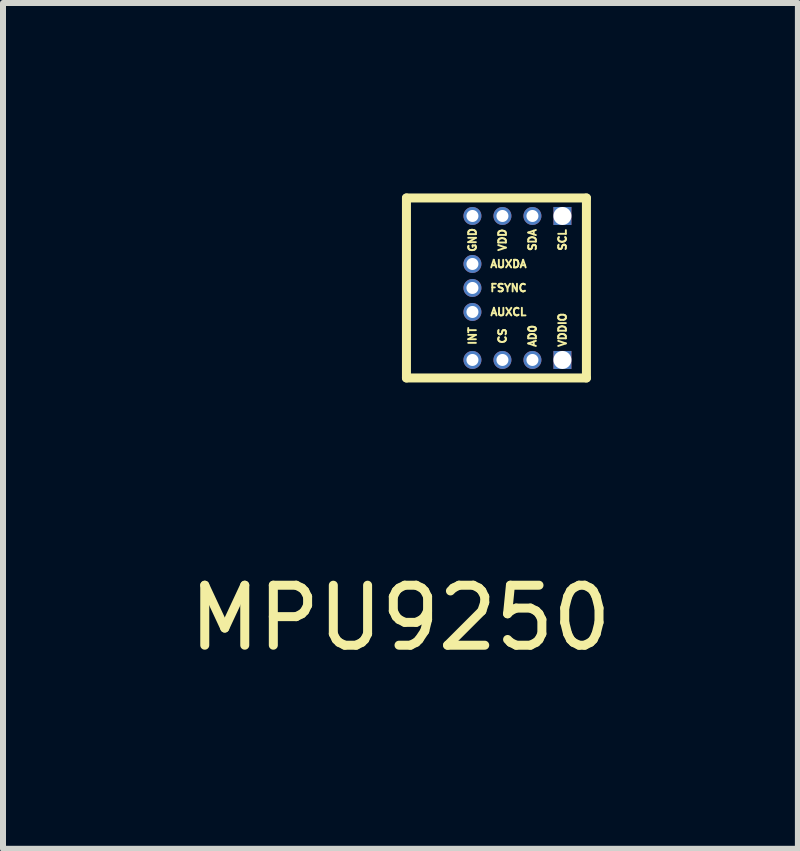
<source format=kicad_pcb>
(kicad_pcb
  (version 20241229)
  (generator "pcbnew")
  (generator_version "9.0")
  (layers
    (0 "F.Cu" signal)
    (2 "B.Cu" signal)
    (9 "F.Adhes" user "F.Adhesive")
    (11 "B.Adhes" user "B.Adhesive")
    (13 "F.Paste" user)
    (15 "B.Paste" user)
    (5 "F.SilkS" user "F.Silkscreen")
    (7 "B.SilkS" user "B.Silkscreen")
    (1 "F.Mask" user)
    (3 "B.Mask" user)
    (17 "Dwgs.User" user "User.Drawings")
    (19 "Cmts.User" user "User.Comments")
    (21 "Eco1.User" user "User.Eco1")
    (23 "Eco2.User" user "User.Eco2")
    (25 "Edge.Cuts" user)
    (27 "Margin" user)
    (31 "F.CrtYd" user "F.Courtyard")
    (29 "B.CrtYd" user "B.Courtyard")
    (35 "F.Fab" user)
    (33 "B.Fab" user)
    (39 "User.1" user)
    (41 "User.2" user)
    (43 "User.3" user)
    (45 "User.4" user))
  (footprint "MPU9250"
    (layer "F.Cu")
    (at 3.725 0.25)
    (property "Reference" "MPU9250" (at -0.1 7 0) (layer "F.SilkS") (effects (font (size 1 1) (thickness 0.15))))
    (attr through_hole)
    (fp_line (start 0 0) (end 3 0) (stroke (width 0.15) (type solid)) (layer "F.SilkS"))
    (fp_line (start 0 3) (end 0 0) (stroke (width 0.15) (type solid)) (layer "F.SilkS"))
    (fp_line (start 0 3) (end 3 3) (stroke (width 0.15) (type solid)) (layer "F.SilkS"))
    (fp_line (start 3 3) (end 3 0) (stroke (width 0.15) (type solid)) (layer "F.SilkS"))
    (fp_text user "CS" (at 1.6 2.3 90) (layer "F.SilkS") (effects (font (size 0.127 0.127) (thickness 0.032))))
    (fp_text user "GND" (at 1.1 0.7 90) (layer "F.SilkS") (effects (font (size 0.127 0.127) (thickness 0.032))))
    (fp_text user "AD0" (at 2.1 2.3 90) (layer "F.SilkS") (effects (font (size 0.127 0.127) (thickness 0.032))))
    (fp_text user "SDA" (at 2.1 0.7 90) (layer "F.SilkS") (effects (font (size 0.127 0.127) (thickness 0.032))))
    (fp_text user "AUXDA" (at 1.7 1.1 0) (layer "F.SilkS") (effects (font (size 0.127 0.127) (thickness 0.032))))
    (fp_text user "VDDIO" (at 2.6 2.2 90) (layer "F.SilkS") (effects (font (size 0.127 0.127) (thickness 0.032))))
    (fp_text user "INT" (at 1.1 2.3 90) (layer "F.SilkS") (effects (font (size 0.127 0.127) (thickness 0.032))))
    (fp_text user "VDD" (at 1.6 0.7 90) (layer "F.SilkS") (effects (font (size 0.127 0.127) (thickness 0.032))))
    (fp_text user "AUXCL" (at 1.7 1.9 0) (layer "F.SilkS") (effects (font (size 0.127 0.127) (thickness 0.032))))
    (fp_text user "SCL" (at 2.6 0.7 90) (layer "F.SilkS") (effects (font (size 0.127 0.127) (thickness 0.032))))
    (fp_text user "FSYNC" (at 1.7 1.5 0) (layer "F.SilkS") (effects (font (size 0.127 0.127) (thickness 0.032))))
    (pad "1" thru_hole circle (at 1.6 0.3) (size 0.3 0.3) (drill 0.2) (layers "*.Cu" "*.Mask"))
    (pad "2" thru_hole rect (at 2.6 2.7) (size 0.3 0.3) (drill 0.3) (layers "*.Cu" "*.Mask"))
    (pad "3" thru_hole circle (at 1.1 2.7) (size 0.3 0.3) (drill 0.2) (layers "*.Cu" "*.Mask"))
    (pad "4" thru_hole circle (at 1.1 1.5) (size 0.3 0.3) (drill 0.2) (layers "*.Cu" "*.Mask"))
    (pad "6" thru_hole circle (at 1.1 0.3) (size 0.3 0.3) (drill 0.2) (layers "*.Cu" "*.Mask"))
    (pad "7" thru_hole circle (at 2.1 2.7) (size 0.3 0.3) (drill 0.2) (layers "*.Cu" "*.Mask"))
    (pad "8" thru_hole circle (at 2.1 0.3) (size 0.3 0.3) (drill 0.2) (layers "*.Cu" "*.Mask"))
    (pad "9" thru_hole rect (at 2.6 0.3) (size 0.3 0.3) (drill 0.3) (layers "*.Cu" "*.Mask"))
    (pad "10" thru_hole circle (at 1.6 2.7) (size 0.3 0.3) (drill 0.2) (layers "*.Cu" "*.Mask"))
    (pad "11" thru_hole circle (at 1.1 1.1) (size 0.3 0.3) (drill 0.2) (layers "*.Cu" "*.Mask"))
    (pad "12" thru_hole circle (at 1.1 1.9) (size 0.3 0.3) (drill 0.2) (layers "*.Cu" "*.Mask")))
  (gr_rect
    (start -3 -3)
    (end 10.25 11.098)
    (stroke (width 0.1) (type default))
    (fill no)
    (layer "Edge.Cuts")))
</source>
